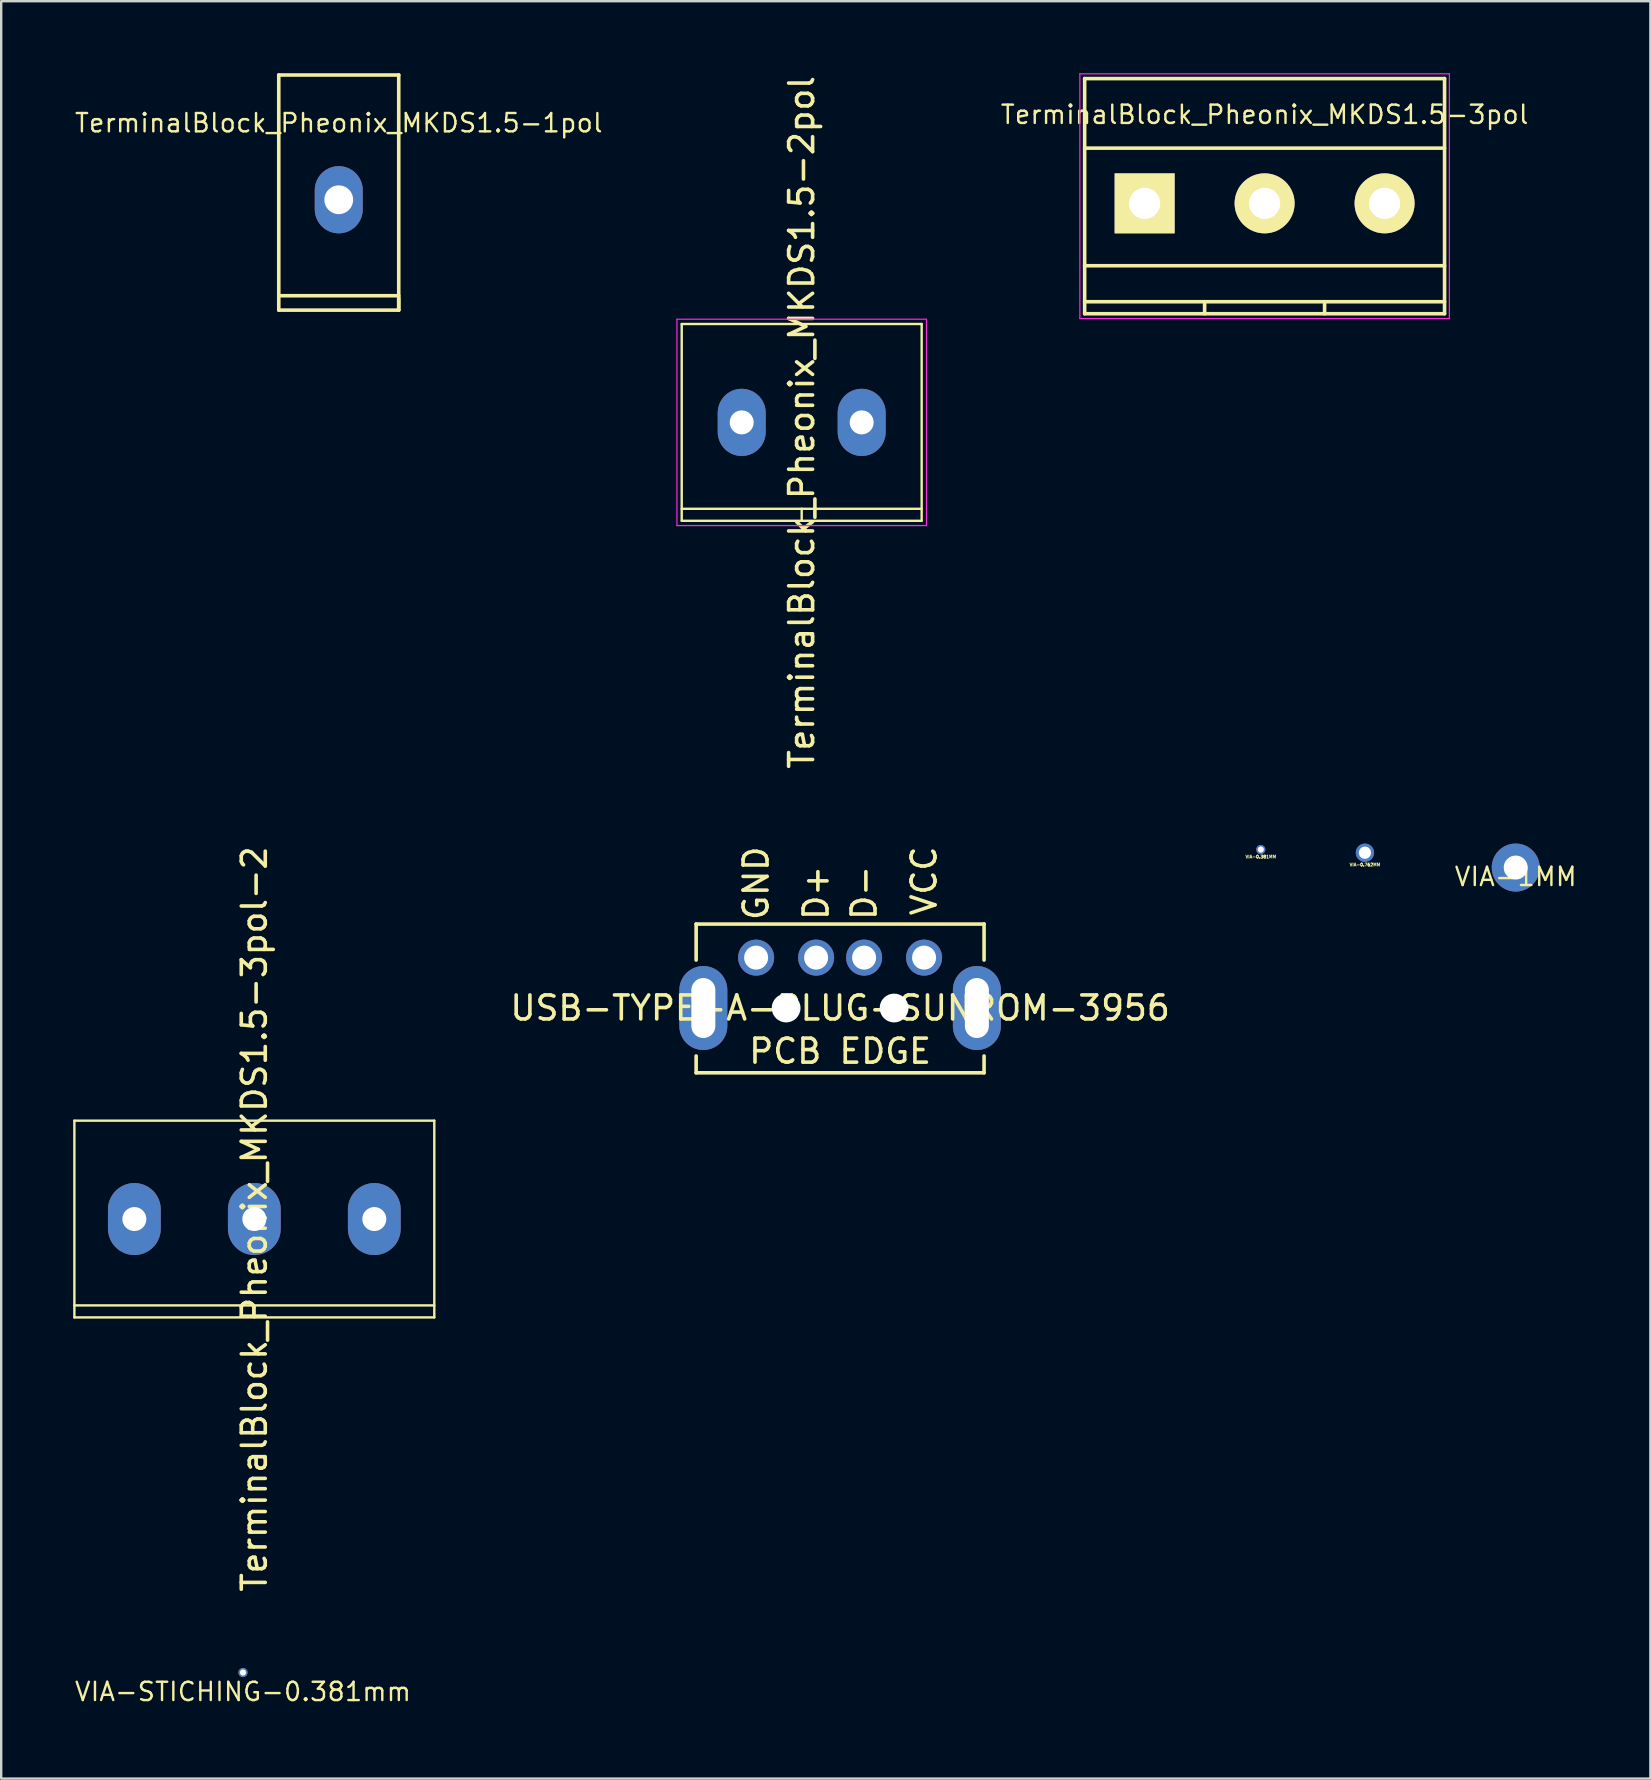
<source format=kicad_pcb>
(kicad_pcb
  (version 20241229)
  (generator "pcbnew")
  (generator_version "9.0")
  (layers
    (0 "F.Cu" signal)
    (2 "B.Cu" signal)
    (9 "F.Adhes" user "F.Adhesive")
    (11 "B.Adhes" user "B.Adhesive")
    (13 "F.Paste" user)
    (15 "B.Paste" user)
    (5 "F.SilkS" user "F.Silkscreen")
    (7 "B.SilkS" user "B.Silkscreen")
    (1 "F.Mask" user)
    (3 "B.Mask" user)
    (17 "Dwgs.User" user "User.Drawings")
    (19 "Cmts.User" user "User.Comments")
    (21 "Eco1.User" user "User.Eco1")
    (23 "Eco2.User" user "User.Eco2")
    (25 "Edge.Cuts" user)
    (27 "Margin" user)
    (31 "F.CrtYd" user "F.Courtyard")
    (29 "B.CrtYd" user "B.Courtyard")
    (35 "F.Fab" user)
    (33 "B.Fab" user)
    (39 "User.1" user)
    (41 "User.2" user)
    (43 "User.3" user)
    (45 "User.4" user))
  (footprint "TerminalBlock_Pheonix_MKDS1.5-1pol"
    (layer "F.Cu")
    (at 11.068 5.275)
    (property "Reference" "TerminalBlock_Pheonix_MKDS1.5-1pol" (at 0 -3.2 0) (layer "F.SilkS") (effects (font (size 0.762 0.762) (thickness 0.1))))
    (attr through_hole)
    (fp_line (start -2.5 -5.2) (end -2.5 4.6) (stroke (width 0.15) (type solid)) (layer "F.SilkS"))
    (fp_line (start -2.5 -5.2) (end 2.5 -5.2) (stroke (width 0.15) (type solid)) (layer "F.SilkS"))
    (fp_line (start -2.5 4) (end 2.5 4) (stroke (width 0.15) (type solid)) (layer "F.SilkS"))
    (fp_line (start -2.5 4.6) (end 2.5 4.6) (stroke (width 0.15) (type solid)) (layer "F.SilkS"))
    (fp_line (start 2.5 -5.2) (end 2.5 4.6) (stroke (width 0.15) (type solid)) (layer "F.SilkS"))
    (fp_line (start 2.5 4.1) (end 2.5 4.6) (stroke (width 0.15) (type solid)) (layer "F.SilkS"))
    (pad "1" thru_hole oval (at 0 0) (size 2 2.8) (drill oval 1.2) (layers "*.Cu" "*.Mask")))
  (footprint "TerminalBlock_Pheonix_MKDS1.5-2pol"
    (layer "F.Cu")
    (at 30.362 14.554)
    (property "Reference" "TerminalBlock_Pheonix_MKDS1.5-2pol" (at 0 0 90) (layer "F.SilkS") (effects (font (size 1 1) (thickness 0.15))))
    (attr through_hole)
    (fp_line (start -5 -4.1) (end -5 4.1) (stroke (width 0.1) (type solid)) (layer "F.SilkS"))
    (fp_line (start -5 3.6) (end 5 3.6) (stroke (width 0.1) (type solid)) (layer "F.SilkS"))
    (fp_line (start -5 4.1) (end 5 4.1) (stroke (width 0.1) (type solid)) (layer "F.SilkS"))
    (fp_line (start 0 3.6) (end 0 4.1) (stroke (width 0.1) (type solid)) (layer "F.SilkS"))
    (fp_line (start 5 -4.1) (end -5 -4.1) (stroke (width 0.1) (type solid)) (layer "F.SilkS"))
    (fp_line (start 5 -4.1) (end 5 4.1) (stroke (width 0.1) (type solid)) (layer "F.SilkS"))
    (fp_line (start -5.2 -4.3) (end 5.2 -4.3) (stroke (width 0.05) (type solid)) (layer "F.CrtYd"))
    (fp_line (start -5.2 4.3) (end -5.2 -4.3) (stroke (width 0.05) (type solid)) (layer "F.CrtYd"))
    (fp_line (start 5.2 -4.3) (end 5.2 4.3) (stroke (width 0.05) (type solid)) (layer "F.CrtYd"))
    (fp_line (start 5.2 4.3) (end -5.2 4.3) (stroke (width 0.05) (type solid)) (layer "F.CrtYd"))
    (pad "1" thru_hole oval (at -2.5 0) (size 2 2.8) (drill 1) (layers "*.Cu" "*.Mask"))
    (pad "2" thru_hole oval (at 2.5 0) (size 2 2.8) (drill 1) (layers "*.Cu" "*.Mask")))
  (footprint "TerminalBlock_Pheonix_MKDS1.5-3pol"
    (layer "F.Cu")
    (at 44.655 5.425)
    (property "Reference" "TerminalBlock_Pheonix_MKDS1.5-3pol" (at 5 -3.7 0) (layer "F.SilkS") (effects (font (size 0.762 0.762) (thickness 0.1))))
    (attr through_hole)
    (fp_line (start -2.5 -5.2) (end -2.5 4.6) (stroke (width 0.15) (type solid)) (layer "F.SilkS"))
    (fp_line (start -2.5 -2.3) (end 12.5 -2.3) (stroke (width 0.15) (type solid)) (layer "F.SilkS"))
    (fp_line (start -2.5 2.6) (end 12.5 2.6) (stroke (width 0.15) (type solid)) (layer "F.SilkS"))
    (fp_line (start -2.5 4.1) (end 12.5 4.1) (stroke (width 0.15) (type solid)) (layer "F.SilkS"))
    (fp_line (start -2.5 4.6) (end 12.5 4.6) (stroke (width 0.15) (type solid)) (layer "F.SilkS"))
    (fp_line (start 2.5 4.1) (end 2.5 4.6) (stroke (width 0.15) (type solid)) (layer "F.SilkS"))
    (fp_line (start 7.5 4.1) (end 7.5 4.6) (stroke (width 0.15) (type solid)) (layer "F.SilkS"))
    (fp_line (start 12.5 -5.2) (end -2.5 -5.2) (stroke (width 0.15) (type solid)) (layer "F.SilkS"))
    (fp_line (start 12.5 4.6) (end 12.5 -5.2) (stroke (width 0.15) (type solid)) (layer "F.SilkS"))
    (fp_line (start -2.7 -5.4) (end 12.7 -5.4) (stroke (width 0.05) (type solid)) (layer "F.CrtYd"))
    (fp_line (start -2.7 4.8) (end -2.7 -5.4) (stroke (width 0.05) (type solid)) (layer "F.CrtYd"))
    (fp_line (start 12.7 -5.4) (end 12.7 4.8) (stroke (width 0.05) (type solid)) (layer "F.CrtYd"))
    (fp_line (start 12.7 4.8) (end -2.7 4.8) (stroke (width 0.05) (type solid)) (layer "F.CrtYd"))
    (pad "1" thru_hole rect (at 0 0) (size 2.5 2.5) (drill 1.3) (layers "*.Cu" "*.Mask" "F.SilkS"))
    (pad "2" thru_hole circle (at 5 0) (size 2.5 2.5) (drill 1.3) (layers "*.Cu" "*.Mask" "F.SilkS"))
    (pad "3" thru_hole circle (at 10 0) (size 2.5 2.5) (drill 1.3) (layers "*.Cu" "*.Mask" "F.SilkS")))
  (footprint "USB-TYPE-A-PLUG-SUNROM-3956"
    (layer "F.Cu")
    (at 31.963 38.961)
    (property "Reference" "USB-TYPE-A-PLUG-SUNROM-3956" (at 0 0 0) (layer "F.SilkS") (effects (font (size 1 1) (thickness 0.15))))
    (attr through_hole)
    (fp_line (start -6 -3.5) (end -6 -2) (stroke (width 0.15) (type solid)) (layer "F.SilkS"))
    (fp_line (start -6 2.7) (end -6 2) (stroke (width 0.15) (type solid)) (layer "F.SilkS"))
    (fp_line (start -6 2.7) (end 6 2.7) (stroke (width 0.15) (type solid)) (layer "F.SilkS"))
    (fp_line (start 6 -3.5) (end -6 -3.5) (stroke (width 0.15) (type solid)) (layer "F.SilkS"))
    (fp_line (start 6 -2) (end 6 -3.5) (stroke (width 0.15) (type solid)) (layer "F.SilkS"))
    (fp_line (start 6 2.7) (end 6 2) (stroke (width 0.15) (type solid)) (layer "F.SilkS"))
    (fp_text user "D-" (at 1 -4.8 90) (layer "F.SilkS") (effects (font (size 1 1) (thickness 0.15))))
    (fp_text user "PCB EDGE" (at 0 1.8 0) (layer "F.SilkS") (effects (font (size 1 1) (thickness 0.15))))
    (fp_text user "GND" (at -3.5 -5.2 90) (layer "F.SilkS") (effects (font (size 1 1) (thickness 0.15))))
    (fp_text user "VCC" (at 3.5 -5.3 90) (layer "F.SilkS") (effects (font (size 1 1) (thickness 0.15))))
    (fp_text user "D+" (at -1 -4.8 90) (layer "F.SilkS") (effects (font (size 1 1) (thickness 0.15))))
    (pad "" np_thru_hole circle (at -2.25 0) (size 1.2 1.2) (drill 1.2) (layers "*.Cu" "*.Mask"))
    (pad "" np_thru_hole circle (at 2.25 0) (size 1.2 1.2) (drill 1.2) (layers "*.Cu" "*.Mask"))
    (pad "1" thru_hole circle (at 3.5 -2.1) (size 1.5 1.5) (drill 1) (layers "*.Cu" "*.Mask"))
    (pad "2" thru_hole circle (at 1 -2.1) (size 1.5 1.5) (drill 1) (layers "*.Cu" "*.Mask"))
    (pad "3" thru_hole circle (at -1 -2.1) (size 1.5 1.5) (drill 1) (layers "*.Cu" "*.Mask"))
    (pad "4" thru_hole circle (at -3.5 -2.1) (size 1.5 1.5) (drill 1) (layers "*.Cu" "*.Mask"))
    (pad "5" thru_hole oval (at -5.7 0) (size 2 3.5) (drill oval 1 2.5) (layers "*.Cu" "*.Mask"))
    (pad "5" thru_hole oval (at 5.7 0) (size 2 3.5) (drill oval 1 2.5) (layers "*.Cu" "*.Mask")))
  (footprint "TerminalBlock_Pheonix_MKDS1.5-3pol-2"
    (layer "F.Cu")
    (at 7.55 47.756)
    (property "Reference" "TerminalBlock_Pheonix_MKDS1.5-3pol-2" (at 0 0 90) (layer "F.SilkS") (effects (font (size 1 1) (thickness 0.15))))
    (attr through_hole)
    (fp_line (start -7.5 -4.1) (end -7.5 4.1) (stroke (width 0.1) (type solid)) (layer "F.SilkS"))
    (fp_line (start -7.5 3.6) (end 7.5 3.6) (stroke (width 0.1) (type solid)) (layer "F.SilkS"))
    (fp_line (start -7.5 4.1) (end 7.5 4.1) (stroke (width 0.1) (type solid)) (layer "F.SilkS"))
    (fp_line (start 0 3.6) (end 0 4.1) (stroke (width 0.1) (type solid)) (layer "F.SilkS"))
    (fp_line (start 7.5 -4.1) (end -7.5 -4.1) (stroke (width 0.1) (type solid)) (layer "F.SilkS"))
    (fp_line (start 7.5 -4.1) (end 7.5 4.1) (stroke (width 0.1) (type solid)) (layer "F.SilkS"))
    (pad "1" thru_hole oval (at -5 0) (size 2.2 3) (drill 1) (layers "*.Cu" "*.Mask"))
    (pad "2" thru_hole oval (at 0 0) (size 2.2 3) (drill 1) (layers "*.Cu" "*.Mask"))
    (pad "3" thru_hole oval (at 5 0) (size 2.2 3) (drill 1) (layers "*.Cu" "*.Mask")))
  (footprint "VIA-0.762MM"
    (layer "F.Cu")
    (at 53.836 32.488)
    (property "Reference" "VIA-0.762MM" (at 0 0.5 0) (layer "F.SilkS") (effects (font (size 0.127 0.127) (thickness 0.032))))
    (attr through_hole)
    (pad "1" thru_hole circle (at 0 0) (size 0.762 0.762) (drill 0.508) (layers "*.Cu" "*.Mask")))
  (footprint "VIA-1MM"
    (layer "F.Cu")
    (at 60.12 33.107)
    (property "Reference" "VIA-1MM" (at 0 0.381 0) (layer "F.SilkS") (effects (font (size 0.762 0.762) (thickness 0.1))))
    (attr through_hole)
    (pad "1" thru_hole circle (at 0 0) (size 2 2) (drill 1) (layers "*.Cu" "*.Mask")))
  (footprint "VIA-STICHING-0.381mm"
    (layer "F.Cu")
    (at 7.077 66.655)
    (property "Reference" "VIA-STICHING-0.381mm" (at 0 0.8 0) (layer "F.SilkS") (effects (font (size 0.762 0.762) (thickness 0.1))))
    (attr through_hole)
    (pad "1" thru_hole circle (at 0 0) (size 0.381 0.381) (drill 0.254) (layers "*.Cu")))
  (footprint "VIA-0.381MM"
    (layer "F.Cu")
    (at 49.496 32.357)
    (property "Reference" "VIA-0.381MM" (at 0 0.3 0) (layer "F.SilkS") (effects (font (size 0.127 0.127) (thickness 0.032))))
    (attr through_hole)
    (pad "1" thru_hole circle (at 0 0) (size 0.381 0.381) (drill 0.254) (layers "*.Cu" "*.Mask")))
  (gr_rect
    (start -3 -3)
    (end 65.733 71.076)
    (stroke (width 0.1) (type default))
    (fill no)
    (layer "Edge.Cuts")))
</source>
